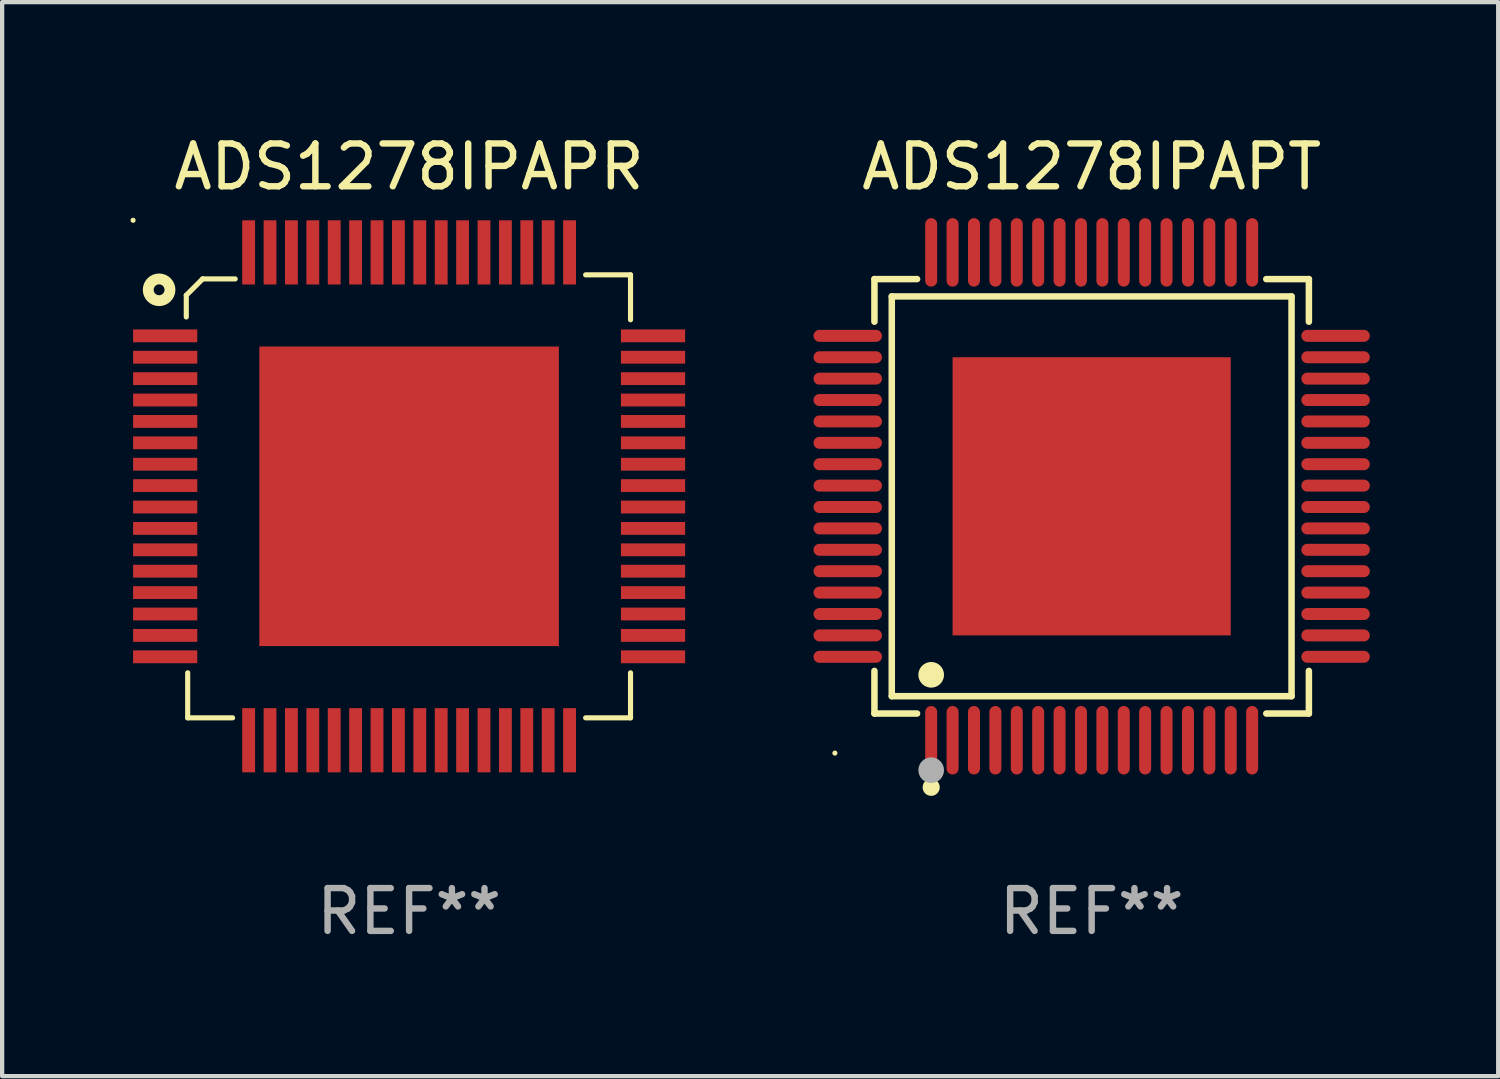
<source format=kicad_pcb>
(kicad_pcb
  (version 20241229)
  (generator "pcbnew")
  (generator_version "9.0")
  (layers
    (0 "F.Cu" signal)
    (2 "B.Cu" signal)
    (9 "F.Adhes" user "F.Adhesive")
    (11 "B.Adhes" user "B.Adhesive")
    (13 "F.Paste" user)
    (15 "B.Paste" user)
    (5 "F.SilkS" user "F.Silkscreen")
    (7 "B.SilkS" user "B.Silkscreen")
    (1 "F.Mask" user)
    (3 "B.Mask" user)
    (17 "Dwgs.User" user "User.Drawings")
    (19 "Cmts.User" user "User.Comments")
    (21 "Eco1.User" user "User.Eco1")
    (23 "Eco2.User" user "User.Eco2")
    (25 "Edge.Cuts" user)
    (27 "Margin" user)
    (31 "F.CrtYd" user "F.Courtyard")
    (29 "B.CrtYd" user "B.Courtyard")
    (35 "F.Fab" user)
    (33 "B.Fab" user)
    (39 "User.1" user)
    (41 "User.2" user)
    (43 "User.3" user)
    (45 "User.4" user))
  (footprint "ADS1278IPAPR"
    (layer "F.Cu")
    (at 6.51 8.548)
    (property "Reference" "ADS1278IPAPR" (at 0 -7.7 0) (layer "F.SilkS") (effects (font (size 1 1) (thickness 0.15))))
    (attr through_hole)
    (fp_line (start -5.207 -4.699) (end -5.207 -4.191) (stroke (width 0.12) (type solid)) (layer "F.SilkS"))
    (fp_line (start -5.174 5.176) (end -5.174 4.124) (stroke (width 0.12) (type solid)) (layer "F.SilkS"))
    (fp_line (start -4.826 -5.08) (end -5.207 -4.699) (stroke (width 0.12) (type solid)) (layer "F.SilkS"))
    (fp_line (start -4.125 5.176) (end -5.174 5.176) (stroke (width 0.12) (type solid)) (layer "F.SilkS"))
    (fp_line (start -4.064 -5.08) (end -4.826 -5.08) (stroke (width 0.12) (type solid)) (layer "F.SilkS"))
    (fp_line (start 4.125 -5.175) (end 5.174 -5.175) (stroke (width 0.12) (type solid)) (layer "F.SilkS"))
    (fp_line (start 4.125 5.176) (end 5.174 5.176) (stroke (width 0.12) (type solid)) (layer "F.SilkS"))
    (fp_line (start 5.174 -5.175) (end 5.174 -4.126) (stroke (width 0.12) (type solid)) (layer "F.SilkS"))
    (fp_line (start 5.174 5.176) (end 5.174 4.124) (stroke (width 0.12) (type solid)) (layer "F.SilkS"))
    (fp_circle (center -6.45 -6.45) (end -6.42 -6.45) (stroke (width 0.06) (type solid)) (fill no) (layer "F.SilkS"))
    (fp_circle (center -5.842 -4.826) (end -5.588 -4.826) (stroke (width 0.254) (type solid)) (fill no) (layer "F.SilkS"))
    (fp_text user "REF**" (at 0 9.7 0) (layer "F.Fab") (effects (font (size 1 1) (thickness 0.15))))
    (pad "1" smd rect (at -5.7 -3.75) (size 1.5 0.3) (layers "F.Cu" "F.Mask" "F.Paste"))
    (pad "2" smd rect (at -5.7 -3.25) (size 1.5 0.3) (layers "F.Cu" "F.Mask" "F.Paste"))
    (pad "3" smd rect (at -5.7 -2.75) (size 1.5 0.3) (layers "F.Cu" "F.Mask" "F.Paste"))
    (pad "4" smd rect (at -5.7 -2.25) (size 1.5 0.3) (layers "F.Cu" "F.Mask" "F.Paste"))
    (pad "5" smd rect (at -5.7 -1.75) (size 1.5 0.3) (layers "F.Cu" "F.Mask" "F.Paste"))
    (pad "6" smd rect (at -5.7 -1.25) (size 1.5 0.3) (layers "F.Cu" "F.Mask" "F.Paste"))
    (pad "7" smd rect (at -5.7 -0.75) (size 1.5 0.3) (layers "F.Cu" "F.Mask" "F.Paste"))
    (pad "8" smd rect (at -5.7 -0.25) (size 1.5 0.3) (layers "F.Cu" "F.Mask" "F.Paste"))
    (pad "9" smd rect (at -5.7 0.25) (size 1.5 0.3) (layers "F.Cu" "F.Mask" "F.Paste"))
    (pad "10" smd rect (at -5.7 0.75) (size 1.5 0.3) (layers "F.Cu" "F.Mask" "F.Paste"))
    (pad "11" smd rect (at -5.7 1.25) (size 1.5 0.3) (layers "F.Cu" "F.Mask" "F.Paste"))
    (pad "12" smd rect (at -5.7 1.75) (size 1.5 0.3) (layers "F.Cu" "F.Mask" "F.Paste"))
    (pad "13" smd rect (at -5.7 2.25) (size 1.5 0.3) (layers "F.Cu" "F.Mask" "F.Paste"))
    (pad "14" smd rect (at -5.7 2.75) (size 1.5 0.3) (layers "F.Cu" "F.Mask" "F.Paste"))
    (pad "15" smd rect (at -5.7 3.25) (size 1.5 0.3) (layers "F.Cu" "F.Mask" "F.Paste"))
    (pad "16" smd rect (at -5.7 3.75) (size 1.5 0.3) (layers "F.Cu" "F.Mask" "F.Paste"))
    (pad "17" smd rect (at -3.75 5.7 90) (size 1.5 0.3) (layers "F.Cu" "F.Mask" "F.Paste"))
    (pad "18" smd rect (at -3.25 5.7 90) (size 1.5 0.3) (layers "F.Cu" "F.Mask" "F.Paste"))
    (pad "19" smd rect (at -2.75 5.7 90) (size 1.5 0.3) (layers "F.Cu" "F.Mask" "F.Paste"))
    (pad "20" smd rect (at -2.25 5.7 90) (size 1.5 0.3) (layers "F.Cu" "F.Mask" "F.Paste"))
    (pad "21" smd rect (at -1.75 5.7 90) (size 1.5 0.3) (layers "F.Cu" "F.Mask" "F.Paste"))
    (pad "22" smd rect (at -1.25 5.7 90) (size 1.5 0.3) (layers "F.Cu" "F.Mask" "F.Paste"))
    (pad "23" smd rect (at -0.75 5.7 90) (size 1.5 0.3) (layers "F.Cu" "F.Mask" "F.Paste"))
    (pad "24" smd rect (at -0.25 5.7 90) (size 1.5 0.3) (layers "F.Cu" "F.Mask" "F.Paste"))
    (pad "25" smd rect (at 0.25 5.7 90) (size 1.5 0.3) (layers "F.Cu" "F.Mask" "F.Paste"))
    (pad "26" smd rect (at 0.75 5.7 90) (size 1.5 0.3) (layers "F.Cu" "F.Mask" "F.Paste"))
    (pad "27" smd rect (at 1.25 5.7 90) (size 1.5 0.3) (layers "F.Cu" "F.Mask" "F.Paste"))
    (pad "28" smd rect (at 1.75 5.7 90) (size 1.5 0.3) (layers "F.Cu" "F.Mask" "F.Paste"))
    (pad "29" smd rect (at 2.25 5.7 90) (size 1.5 0.3) (layers "F.Cu" "F.Mask" "F.Paste"))
    (pad "30" smd rect (at 2.75 5.7 90) (size 1.5 0.3) (layers "F.Cu" "F.Mask" "F.Paste"))
    (pad "31" smd rect (at 3.25 5.7 90) (size 1.5 0.3) (layers "F.Cu" "F.Mask" "F.Paste"))
    (pad "32" smd rect (at 3.75 5.7 90) (size 1.5 0.3) (layers "F.Cu" "F.Mask" "F.Paste"))
    (pad "33" smd rect (at 5.7 3.75) (size 1.5 0.3) (layers "F.Cu" "F.Mask" "F.Paste"))
    (pad "34" smd rect (at 5.7 3.25) (size 1.5 0.3) (layers "F.Cu" "F.Mask" "F.Paste"))
    (pad "35" smd rect (at 5.7 2.75) (size 1.5 0.3) (layers "F.Cu" "F.Mask" "F.Paste"))
    (pad "36" smd rect (at 5.7 2.25) (size 1.5 0.3) (layers "F.Cu" "F.Mask" "F.Paste"))
    (pad "37" smd rect (at 5.7 1.75) (size 1.5 0.3) (layers "F.Cu" "F.Mask" "F.Paste"))
    (pad "38" smd rect (at 5.7 1.25) (size 1.5 0.3) (layers "F.Cu" "F.Mask" "F.Paste"))
    (pad "39" smd rect (at 5.7 0.75) (size 1.5 0.3) (layers "F.Cu" "F.Mask" "F.Paste"))
    (pad "40" smd rect (at 5.7 0.25) (size 1.5 0.3) (layers "F.Cu" "F.Mask" "F.Paste"))
    (pad "41" smd rect (at 5.7 -0.25) (size 1.5 0.3) (layers "F.Cu" "F.Mask" "F.Paste"))
    (pad "42" smd rect (at 5.7 -0.75) (size 1.5 0.3) (layers "F.Cu" "F.Mask" "F.Paste"))
    (pad "43" smd rect (at 5.7 -1.25) (size 1.5 0.3) (layers "F.Cu" "F.Mask" "F.Paste"))
    (pad "44" smd rect (at 5.7 -1.75) (size 1.5 0.3) (layers "F.Cu" "F.Mask" "F.Paste"))
    (pad "45" smd rect (at 5.7 -2.25) (size 1.5 0.3) (layers "F.Cu" "F.Mask" "F.Paste"))
    (pad "46" smd rect (at 5.7 -2.75) (size 1.5 0.3) (layers "F.Cu" "F.Mask" "F.Paste"))
    (pad "47" smd rect (at 5.7 -3.25) (size 1.5 0.3) (layers "F.Cu" "F.Mask" "F.Paste"))
    (pad "48" smd rect (at 5.7 -3.75) (size 1.5 0.3) (layers "F.Cu" "F.Mask" "F.Paste"))
    (pad "49" smd rect (at 3.75 -5.7 90) (size 1.5 0.3) (layers "F.Cu" "F.Mask" "F.Paste"))
    (pad "50" smd rect (at 3.25 -5.7 90) (size 1.5 0.3) (layers "F.Cu" "F.Mask" "F.Paste"))
    (pad "51" smd rect (at 2.75 -5.7 90) (size 1.5 0.3) (layers "F.Cu" "F.Mask" "F.Paste"))
    (pad "52" smd rect (at 2.25 -5.7 90) (size 1.5 0.3) (layers "F.Cu" "F.Mask" "F.Paste"))
    (pad "53" smd rect (at 1.75 -5.7 90) (size 1.5 0.3) (layers "F.Cu" "F.Mask" "F.Paste"))
    (pad "54" smd rect (at 1.25 -5.7 90) (size 1.5 0.3) (layers "F.Cu" "F.Mask" "F.Paste"))
    (pad "55" smd rect (at 0.75 -5.7 90) (size 1.5 0.3) (layers "F.Cu" "F.Mask" "F.Paste"))
    (pad "56" smd rect (at 0.25 -5.7 90) (size 1.5 0.3) (layers "F.Cu" "F.Mask" "F.Paste"))
    (pad "57" smd rect (at -0.25 -5.7 90) (size 1.5 0.3) (layers "F.Cu" "F.Mask" "F.Paste"))
    (pad "58" smd rect (at -0.75 -5.7 90) (size 1.5 0.3) (layers "F.Cu" "F.Mask" "F.Paste"))
    (pad "59" smd rect (at -1.25 -5.7 90) (size 1.5 0.3) (layers "F.Cu" "F.Mask" "F.Paste"))
    (pad "60" smd rect (at -1.75 -5.7 90) (size 1.5 0.3) (layers "F.Cu" "F.Mask" "F.Paste"))
    (pad "61" smd rect (at -2.25 -5.7 90) (size 1.5 0.3) (layers "F.Cu" "F.Mask" "F.Paste"))
    (pad "62" smd rect (at -2.75 -5.7 90) (size 1.5 0.3) (layers "F.Cu" "F.Mask" "F.Paste"))
    (pad "63" smd rect (at -3.25 -5.7 90) (size 1.5 0.3) (layers "F.Cu" "F.Mask" "F.Paste"))
    (pad "64" smd rect (at -3.75 -5.7 90) (size 1.5 0.3) (layers "F.Cu" "F.Mask" "F.Paste"))
    (pad "65" smd rect (at 0 0 180) (size 7 7) (layers "F.Cu" "F.Mask" "F.Paste")))
  (footprint "ADS1278IPAPT"
    (layer "F.Cu")
    (at 22.46 8.548)
    (property "Reference" "ADS1278IPAPT" (at 0 -7.7 0) (layer "F.SilkS") (effects (font (size 1 1) (thickness 0.15))))
    (attr through_hole)
    (fp_line (start -5.076 -5.076) (end -4.08 -5.076) (stroke (width 0.152) (type solid)) (layer "F.SilkS"))
    (fp_line (start -5.076 -4.08) (end -5.076 -5.076) (stroke (width 0.152) (type solid)) (layer "F.SilkS"))
    (fp_line (start -5.076 4.08) (end -5.076 5.076) (stroke (width 0.152) (type solid)) (layer "F.SilkS"))
    (fp_line (start -5.076 5.076) (end -4.08 5.076) (stroke (width 0.152) (type solid)) (layer "F.SilkS"))
    (fp_line (start -4.671 -4.671) (end 4.671 -4.671) (stroke (width 0.152) (type solid)) (layer "F.SilkS"))
    (fp_line (start -4.671 4.671) (end -4.671 -4.671) (stroke (width 0.152) (type solid)) (layer "F.SilkS"))
    (fp_line (start 4.671 -4.671) (end 4.671 4.671) (stroke (width 0.152) (type solid)) (layer "F.SilkS"))
    (fp_line (start 4.671 4.671) (end -4.671 4.671) (stroke (width 0.152) (type solid)) (layer "F.SilkS"))
    (fp_line (start 5.076 -5.076) (end 4.08 -5.076) (stroke (width 0.152) (type solid)) (layer "F.SilkS"))
    (fp_line (start 5.076 -4.08) (end 5.076 -5.076) (stroke (width 0.152) (type solid)) (layer "F.SilkS"))
    (fp_line (start 5.076 4.08) (end 5.076 5.076) (stroke (width 0.152) (type solid)) (layer "F.SilkS"))
    (fp_line (start 5.076 5.076) (end 4.08 5.076) (stroke (width 0.152) (type solid)) (layer "F.SilkS"))
    (fp_circle (center -6 6) (end -5.97 6) (stroke (width 0.06) (type solid)) (fill no) (layer "F.SilkS"))
    (fp_circle (center -3.75 4.171) (end -3.6 4.171) (stroke (width 0.3) (type solid)) (fill no) (layer "F.SilkS"))
    (fp_circle (center -3.75 6.8) (end -3.65 6.8) (stroke (width 0.2) (type solid)) (fill no) (layer "F.SilkS"))
    (fp_circle (center -3.75 6.4) (end -3.6 6.4) (stroke (width 0.3) (type solid)) (fill no) (layer "F.Fab"))
    (fp_text user "REF**" (at 0 9.7 0) (layer "F.Fab") (effects (font (size 1 1) (thickness 0.15))))
    (pad "1" smd oval (at -3.75 5.7) (size 0.28 1.6) (layers "F.Cu" "F.Mask" "F.Paste"))
    (pad "2" smd oval (at -3.25 5.7) (size 0.28 1.6) (layers "F.Cu" "F.Mask" "F.Paste"))
    (pad "3" smd oval (at -2.75 5.7) (size 0.28 1.6) (layers "F.Cu" "F.Mask" "F.Paste"))
    (pad "4" smd oval (at -2.25 5.7) (size 0.28 1.6) (layers "F.Cu" "F.Mask" "F.Paste"))
    (pad "5" smd oval (at -1.75 5.7) (size 0.28 1.6) (layers "F.Cu" "F.Mask" "F.Paste"))
    (pad "6" smd oval (at -1.25 5.7) (size 0.28 1.6) (layers "F.Cu" "F.Mask" "F.Paste"))
    (pad "7" smd oval (at -0.75 5.7) (size 0.28 1.6) (layers "F.Cu" "F.Mask" "F.Paste"))
    (pad "8" smd oval (at -0.25 5.7) (size 0.28 1.6) (layers "F.Cu" "F.Mask" "F.Paste"))
    (pad "9" smd oval (at 0.25 5.7) (size 0.28 1.6) (layers "F.Cu" "F.Mask" "F.Paste"))
    (pad "10" smd oval (at 0.75 5.7) (size 0.28 1.6) (layers "F.Cu" "F.Mask" "F.Paste"))
    (pad "11" smd oval (at 1.25 5.7) (size 0.28 1.6) (layers "F.Cu" "F.Mask" "F.Paste"))
    (pad "12" smd oval (at 1.75 5.7) (size 0.28 1.6) (layers "F.Cu" "F.Mask" "F.Paste"))
    (pad "13" smd oval (at 2.25 5.7) (size 0.28 1.6) (layers "F.Cu" "F.Mask" "F.Paste"))
    (pad "14" smd oval (at 2.75 5.7) (size 0.28 1.6) (layers "F.Cu" "F.Mask" "F.Paste"))
    (pad "15" smd oval (at 3.25 5.7) (size 0.28 1.6) (layers "F.Cu" "F.Mask" "F.Paste"))
    (pad "16" smd oval (at 3.75 5.7) (size 0.28 1.6) (layers "F.Cu" "F.Mask" "F.Paste"))
    (pad "17" smd oval (at 5.7 3.75) (size 1.6 0.28) (layers "F.Cu" "F.Mask" "F.Paste"))
    (pad "18" smd oval (at 5.7 3.25) (size 1.6 0.28) (layers "F.Cu" "F.Mask" "F.Paste"))
    (pad "19" smd oval (at 5.7 2.75) (size 1.6 0.28) (layers "F.Cu" "F.Mask" "F.Paste"))
    (pad "20" smd oval (at 5.7 2.25) (size 1.6 0.28) (layers "F.Cu" "F.Mask" "F.Paste"))
    (pad "21" smd oval (at 5.7 1.75) (size 1.6 0.28) (layers "F.Cu" "F.Mask" "F.Paste"))
    (pad "22" smd oval (at 5.7 1.25) (size 1.6 0.28) (layers "F.Cu" "F.Mask" "F.Paste"))
    (pad "23" smd oval (at 5.7 0.75) (size 1.6 0.28) (layers "F.Cu" "F.Mask" "F.Paste"))
    (pad "24" smd oval (at 5.7 0.25) (size 1.6 0.28) (layers "F.Cu" "F.Mask" "F.Paste"))
    (pad "25" smd oval (at 5.7 -0.25) (size 1.6 0.28) (layers "F.Cu" "F.Mask" "F.Paste"))
    (pad "26" smd oval (at 5.7 -0.75) (size 1.6 0.28) (layers "F.Cu" "F.Mask" "F.Paste"))
    (pad "27" smd oval (at 5.7 -1.25) (size 1.6 0.28) (layers "F.Cu" "F.Mask" "F.Paste"))
    (pad "28" smd oval (at 5.7 -1.75) (size 1.6 0.28) (layers "F.Cu" "F.Mask" "F.Paste"))
    (pad "29" smd oval (at 5.7 -2.25) (size 1.6 0.28) (layers "F.Cu" "F.Mask" "F.Paste"))
    (pad "30" smd oval (at 5.7 -2.75) (size 1.6 0.28) (layers "F.Cu" "F.Mask" "F.Paste"))
    (pad "31" smd oval (at 5.7 -3.25) (size 1.6 0.28) (layers "F.Cu" "F.Mask" "F.Paste"))
    (pad "32" smd oval (at 5.7 -3.75) (size 1.6 0.28) (layers "F.Cu" "F.Mask" "F.Paste"))
    (pad "33" smd oval (at 3.75 -5.7) (size 0.28 1.6) (layers "F.Cu" "F.Mask" "F.Paste"))
    (pad "34" smd oval (at 3.25 -5.7) (size 0.28 1.6) (layers "F.Cu" "F.Mask" "F.Paste"))
    (pad "35" smd oval (at 2.75 -5.7) (size 0.28 1.6) (layers "F.Cu" "F.Mask" "F.Paste"))
    (pad "36" smd oval (at 2.25 -5.7) (size 0.28 1.6) (layers "F.Cu" "F.Mask" "F.Paste"))
    (pad "37" smd oval (at 1.75 -5.7) (size 0.28 1.6) (layers "F.Cu" "F.Mask" "F.Paste"))
    (pad "38" smd oval (at 1.25 -5.7) (size 0.28 1.6) (layers "F.Cu" "F.Mask" "F.Paste"))
    (pad "39" smd oval (at 0.75 -5.7) (size 0.28 1.6) (layers "F.Cu" "F.Mask" "F.Paste"))
    (pad "40" smd oval (at 0.25 -5.7) (size 0.28 1.6) (layers "F.Cu" "F.Mask" "F.Paste"))
    (pad "41" smd oval (at -0.25 -5.7) (size 0.28 1.6) (layers "F.Cu" "F.Mask" "F.Paste"))
    (pad "42" smd oval (at -0.75 -5.7) (size 0.28 1.6) (layers "F.Cu" "F.Mask" "F.Paste"))
    (pad "43" smd oval (at -1.25 -5.7) (size 0.28 1.6) (layers "F.Cu" "F.Mask" "F.Paste"))
    (pad "44" smd oval (at -1.75 -5.7) (size 0.28 1.6) (layers "F.Cu" "F.Mask" "F.Paste"))
    (pad "45" smd oval (at -2.25 -5.7) (size 0.28 1.6) (layers "F.Cu" "F.Mask" "F.Paste"))
    (pad "46" smd oval (at -2.75 -5.7) (size 0.28 1.6) (layers "F.Cu" "F.Mask" "F.Paste"))
    (pad "47" smd oval (at -3.25 -5.7) (size 0.28 1.6) (layers "F.Cu" "F.Mask" "F.Paste"))
    (pad "48" smd oval (at -3.75 -5.7) (size 0.28 1.6) (layers "F.Cu" "F.Mask" "F.Paste"))
    (pad "49" smd oval (at -5.7 -3.75) (size 1.6 0.28) (layers "F.Cu" "F.Mask" "F.Paste"))
    (pad "50" smd oval (at -5.7 -3.25) (size 1.6 0.28) (layers "F.Cu" "F.Mask" "F.Paste"))
    (pad "51" smd oval (at -5.7 -2.75) (size 1.6 0.28) (layers "F.Cu" "F.Mask" "F.Paste"))
    (pad "52" smd oval (at -5.7 -2.25) (size 1.6 0.28) (layers "F.Cu" "F.Mask" "F.Paste"))
    (pad "53" smd oval (at -5.7 -1.75) (size 1.6 0.28) (layers "F.Cu" "F.Mask" "F.Paste"))
    (pad "54" smd oval (at -5.7 -1.25) (size 1.6 0.28) (layers "F.Cu" "F.Mask" "F.Paste"))
    (pad "55" smd oval (at -5.7 -0.75) (size 1.6 0.28) (layers "F.Cu" "F.Mask" "F.Paste"))
    (pad "56" smd oval (at -5.7 -0.25) (size 1.6 0.28) (layers "F.Cu" "F.Mask" "F.Paste"))
    (pad "57" smd oval (at -5.7 0.25) (size 1.6 0.28) (layers "F.Cu" "F.Mask" "F.Paste"))
    (pad "58" smd oval (at -5.7 0.75) (size 1.6 0.28) (layers "F.Cu" "F.Mask" "F.Paste"))
    (pad "59" smd oval (at -5.7 1.25) (size 1.6 0.28) (layers "F.Cu" "F.Mask" "F.Paste"))
    (pad "60" smd oval (at -5.7 1.75) (size 1.6 0.28) (layers "F.Cu" "F.Mask" "F.Paste"))
    (pad "61" smd oval (at -5.7 2.25) (size 1.6 0.28) (layers "F.Cu" "F.Mask" "F.Paste"))
    (pad "62" smd oval (at -5.7 2.75) (size 1.6 0.28) (layers "F.Cu" "F.Mask" "F.Paste"))
    (pad "63" smd oval (at -5.7 3.25) (size 1.6 0.28) (layers "F.Cu" "F.Mask" "F.Paste"))
    (pad "64" smd oval (at -5.7 3.75) (size 1.6 0.28) (layers "F.Cu" "F.Mask" "F.Paste"))
    (pad "65" smd rect (at 0 0) (size 6.5 6.5) (layers "F.Cu" "F.Mask" "F.Paste")))
  (gr_rect
    (start -3 -3)
    (end 31.96 22.097)
    (stroke (width 0.1) (type default))
    (fill no)
    (layer "Edge.Cuts")))
</source>
